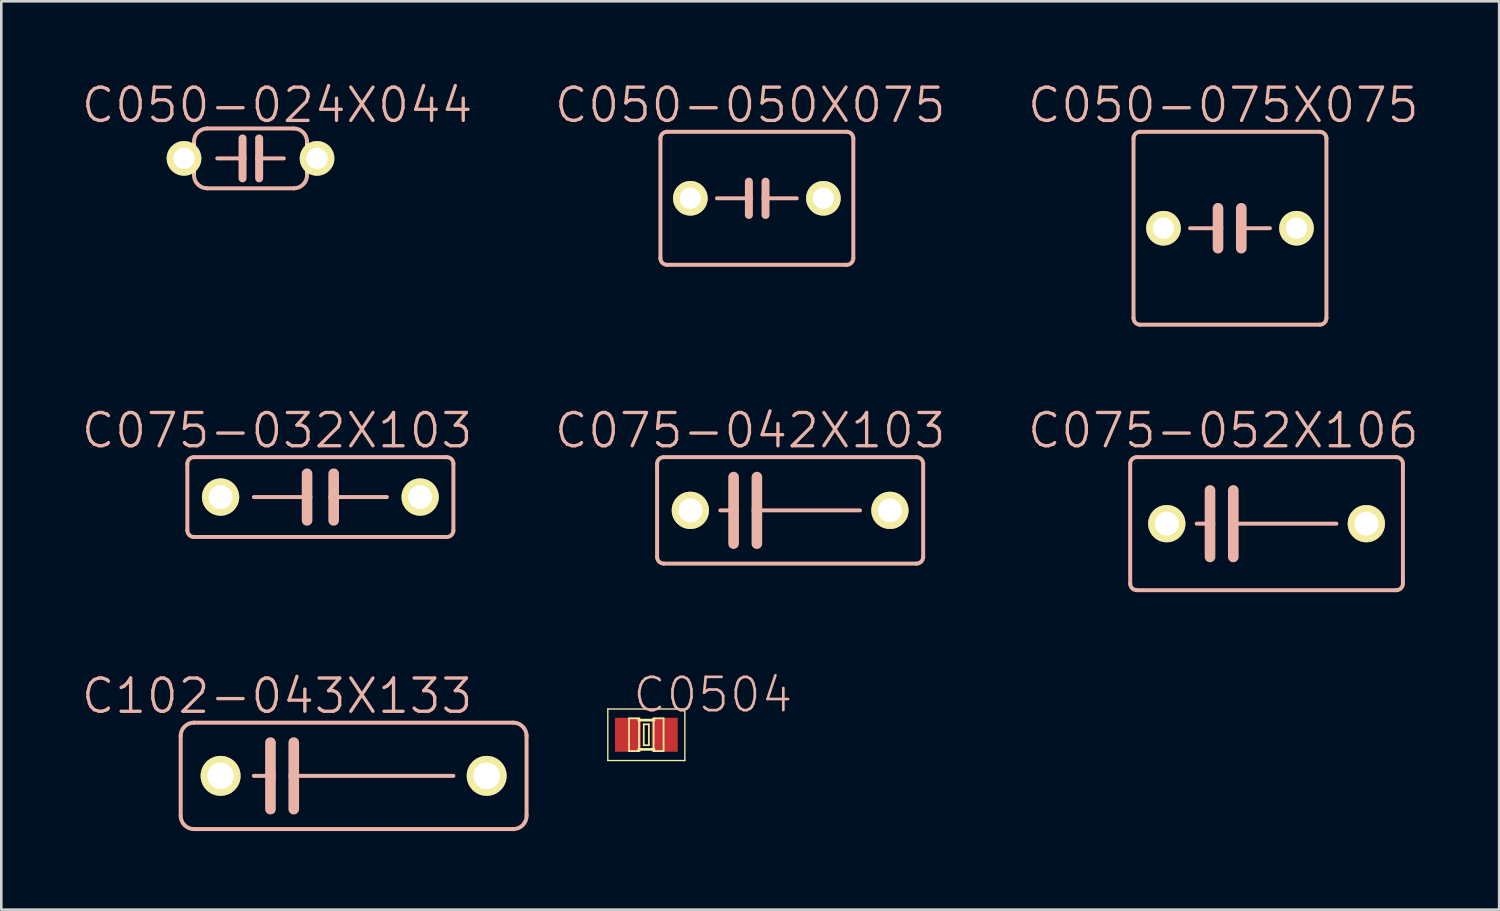
<source format=kicad_pcb>
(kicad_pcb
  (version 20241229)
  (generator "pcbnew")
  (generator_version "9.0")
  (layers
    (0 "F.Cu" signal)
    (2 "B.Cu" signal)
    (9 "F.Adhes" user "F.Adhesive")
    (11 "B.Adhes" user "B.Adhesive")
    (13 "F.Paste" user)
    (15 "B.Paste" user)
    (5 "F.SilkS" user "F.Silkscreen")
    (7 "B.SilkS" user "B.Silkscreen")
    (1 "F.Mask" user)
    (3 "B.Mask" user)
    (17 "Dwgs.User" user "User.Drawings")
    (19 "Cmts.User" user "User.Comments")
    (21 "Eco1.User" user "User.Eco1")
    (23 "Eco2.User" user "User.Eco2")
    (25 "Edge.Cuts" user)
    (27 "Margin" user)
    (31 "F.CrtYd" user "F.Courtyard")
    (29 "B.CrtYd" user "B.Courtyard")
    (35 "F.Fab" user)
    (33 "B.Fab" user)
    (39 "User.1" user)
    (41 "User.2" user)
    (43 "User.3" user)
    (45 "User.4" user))
  (footprint "C102-043X133"
    (layer "F.Cu")
    (at 10.453 26.576)
    (property "Reference" "C102-043X133" (at -2.921 -3.048 0) (layer "B.SilkS") (effects (font (size 1.27 1.27) (thickness 0.127))))
    (attr exclude_from_pos_files exclude_from_bom)
    (fp_line (start -6.604 1.524) (end -6.604 -1.524) (stroke (width 0.152) (type solid)) (layer "B.SilkS"))
    (fp_line (start -6.096 -2.032) (end 6.096 -2.032) (stroke (width 0.152) (type solid)) (layer "B.SilkS"))
    (fp_line (start -3.81 0) (end -3.175 0) (stroke (width 0.152) (type solid)) (layer "B.SilkS"))
    (fp_line (start -3.175 -1.27) (end -3.175 0) (stroke (width 0.406) (type solid)) (layer "B.SilkS"))
    (fp_line (start -3.175 0) (end -3.175 1.27) (stroke (width 0.406) (type solid)) (layer "B.SilkS"))
    (fp_line (start -2.286 -1.27) (end -2.286 0) (stroke (width 0.406) (type solid)) (layer "B.SilkS"))
    (fp_line (start -2.286 0) (end -2.286 1.27) (stroke (width 0.406) (type solid)) (layer "B.SilkS"))
    (fp_line (start 3.81 0) (end -2.286 0) (stroke (width 0.152) (type solid)) (layer "B.SilkS"))
    (fp_line (start 6.096 2.032) (end -6.096 2.032) (stroke (width 0.152) (type solid)) (layer "B.SilkS"))
    (fp_line (start 6.604 -1.524) (end 6.604 1.524) (stroke (width 0.152) (type solid)) (layer "B.SilkS"))
    (fp_arc (start -6.604 -1.524) (mid -6.45521 -1.88321) (end -6.096 -2.032) (stroke (width 0.1524) (type solid)) (layer "B.SilkS"))
    (fp_arc (start -6.096 2.032) (mid -6.45521 1.88321) (end -6.604 1.524) (stroke (width 0.1524) (type solid)) (layer "B.SilkS"))
    (fp_arc (start 6.096 -2.032) (mid 6.45521 -1.88321) (end 6.604 -1.524) (stroke (width 0.1524) (type solid)) (layer "B.SilkS"))
    (fp_arc (start 6.604 1.524) (mid 6.45521 1.88321) (end 6.096 2.032) (stroke (width 0.1524) (type solid)) (layer "B.SilkS"))
    (pad "1" thru_hole circle (at -5.08 0) (size 1.524 1.524) (drill 1.016) (layers "*.Cu" "F.Mask" "F.SilkS" "F.Paste"))
    (pad "2" thru_hole circle (at 5.08 0) (size 1.524 1.524) (drill 1.016) (layers "*.Cu" "F.Mask" "F.SilkS" "F.Paste")))
  (footprint "C050-050X075"
    (layer "F.Cu")
    (at 25.851 4.522)
    (property "Reference" "C050-050X075" (at -0.254 -3.556 0) (layer "B.SilkS") (effects (font (size 1.27 1.27) (thickness 0.127))))
    (attr exclude_from_pos_files exclude_from_bom)
    (fp_line (start -3.683 -2.286) (end -3.683 2.286) (stroke (width 0.152) (type solid)) (layer "B.SilkS"))
    (fp_line (start -3.429 2.54) (end 3.429 2.54) (stroke (width 0.152) (type solid)) (layer "B.SilkS"))
    (fp_line (start -0.305 -0.635) (end -0.305 0) (stroke (width 0.305) (type solid)) (layer "B.SilkS"))
    (fp_line (start -0.305 0) (end -1.524 0) (stroke (width 0.152) (type solid)) (layer "B.SilkS"))
    (fp_line (start -0.305 0) (end -0.305 0.635) (stroke (width 0.305) (type solid)) (layer "B.SilkS"))
    (fp_line (start 0.33 -0.635) (end 0.33 0) (stroke (width 0.305) (type solid)) (layer "B.SilkS"))
    (fp_line (start 0.33 0) (end 0.33 0.635) (stroke (width 0.305) (type solid)) (layer "B.SilkS"))
    (fp_line (start 0.33 0) (end 1.524 0) (stroke (width 0.152) (type solid)) (layer "B.SilkS"))
    (fp_line (start 3.429 -2.54) (end -3.429 -2.54) (stroke (width 0.152) (type solid)) (layer "B.SilkS"))
    (fp_line (start 3.683 2.286) (end 3.683 -2.286) (stroke (width 0.152) (type solid)) (layer "B.SilkS"))
    (fp_arc (start -3.683 -2.286) (mid -3.608605 -2.465605) (end -3.429 -2.54) (stroke (width 0.1524) (type solid)) (layer "B.SilkS"))
    (fp_arc (start -3.429 2.54) (mid -3.608605 2.465605) (end -3.683 2.286) (stroke (width 0.1524) (type solid)) (layer "B.SilkS"))
    (fp_arc (start 3.429 -2.54) (mid 3.608605 -2.465605) (end 3.683 -2.286) (stroke (width 0.1524) (type solid)) (layer "B.SilkS"))
    (fp_arc (start 3.683 2.286) (mid 3.608605 2.465605) (end 3.429 2.54) (stroke (width 0.1524) (type solid)) (layer "B.SilkS"))
    (pad "1" thru_hole circle (at -2.54 0) (size 1.321 1.321) (drill 0.813) (layers "*.Cu" "F.Mask" "F.SilkS" "F.Paste"))
    (pad "2" thru_hole circle (at 2.54 0) (size 1.321 1.321) (drill 0.813) (layers "*.Cu" "F.Mask" "F.SilkS" "F.Paste")))
  (footprint "C075-052X106"
    (layer "F.Cu")
    (at 45.313 16.946)
    (property "Reference" "C075-052X106" (at -1.651 -3.556 0) (layer "B.SilkS") (effects (font (size 1.27 1.27) (thickness 0.127))))
    (attr exclude_from_pos_files exclude_from_bom)
    (fp_line (start -5.207 -2.286) (end -5.207 2.286) (stroke (width 0.152) (type solid)) (layer "B.SilkS"))
    (fp_line (start -4.953 2.54) (end 4.953 2.54) (stroke (width 0.152) (type solid)) (layer "B.SilkS"))
    (fp_line (start -2.667 0) (end -2.159 0) (stroke (width 0.152) (type solid)) (layer "B.SilkS"))
    (fp_line (start -2.159 -1.27) (end -2.159 0) (stroke (width 0.406) (type solid)) (layer "B.SilkS"))
    (fp_line (start -2.159 0) (end -2.159 1.27) (stroke (width 0.406) (type solid)) (layer "B.SilkS"))
    (fp_line (start -1.27 -1.27) (end -1.27 0) (stroke (width 0.406) (type solid)) (layer "B.SilkS"))
    (fp_line (start -1.27 0) (end -1.27 1.27) (stroke (width 0.406) (type solid)) (layer "B.SilkS"))
    (fp_line (start -1.27 0) (end 2.667 0) (stroke (width 0.152) (type solid)) (layer "B.SilkS"))
    (fp_line (start 4.953 -2.54) (end -4.953 -2.54) (stroke (width 0.152) (type solid)) (layer "B.SilkS"))
    (fp_line (start 5.207 2.286) (end 5.207 -2.286) (stroke (width 0.152) (type solid)) (layer "B.SilkS"))
    (fp_arc (start -5.207 -2.286) (mid -5.132605 -2.465605) (end -4.953 -2.54) (stroke (width 0.1524) (type solid)) (layer "B.SilkS"))
    (fp_arc (start -4.953 2.54) (mid -5.132605 2.465605) (end -5.207 2.286) (stroke (width 0.1524) (type solid)) (layer "B.SilkS"))
    (fp_arc (start 4.953 -2.54) (mid 5.132605 -2.465605) (end 5.207 -2.286) (stroke (width 0.1524) (type solid)) (layer "B.SilkS"))
    (fp_arc (start 5.207 2.286) (mid 5.132605 2.465605) (end 4.953 2.54) (stroke (width 0.1524) (type solid)) (layer "B.SilkS"))
    (pad "1" thru_hole circle (at -3.81 0) (size 1.422 1.422) (drill 0.914) (layers "*.Cu" "F.Mask" "F.SilkS" "F.Paste"))
    (pad "2" thru_hole circle (at 3.81 0) (size 1.422 1.422) (drill 0.914) (layers "*.Cu" "F.Mask" "F.SilkS" "F.Paste")))
  (footprint "C075-032X103"
    (layer "F.Cu")
    (at 9.183 15.93)
    (property "Reference" "C075-032X103" (at -1.651 -2.54 0) (layer "B.SilkS") (effects (font (size 1.27 1.27) (thickness 0.127))))
    (attr exclude_from_pos_files exclude_from_bom)
    (fp_line (start -5.08 -1.27) (end -5.08 1.27) (stroke (width 0.152) (type solid)) (layer "B.SilkS"))
    (fp_line (start -4.826 1.524) (end 4.826 1.524) (stroke (width 0.152) (type solid)) (layer "B.SilkS"))
    (fp_line (start -2.54 0) (end -0.508 0) (stroke (width 0.152) (type solid)) (layer "B.SilkS"))
    (fp_line (start -0.508 -0.889) (end -0.508 0) (stroke (width 0.406) (type solid)) (layer "B.SilkS"))
    (fp_line (start -0.508 0) (end -0.508 0.889) (stroke (width 0.406) (type solid)) (layer "B.SilkS"))
    (fp_line (start 0.508 -0.889) (end 0.508 0) (stroke (width 0.406) (type solid)) (layer "B.SilkS"))
    (fp_line (start 0.508 0) (end 0.508 0.889) (stroke (width 0.406) (type solid)) (layer "B.SilkS"))
    (fp_line (start 0.508 0) (end 2.54 0) (stroke (width 0.152) (type solid)) (layer "B.SilkS"))
    (fp_line (start 4.826 -1.524) (end -4.826 -1.524) (stroke (width 0.152) (type solid)) (layer "B.SilkS"))
    (fp_line (start 5.08 1.27) (end 5.08 -1.27) (stroke (width 0.152) (type solid)) (layer "B.SilkS"))
    (fp_arc (start -5.08 -1.27) (mid -5.005605 -1.449605) (end -4.826 -1.524) (stroke (width 0.1524) (type solid)) (layer "B.SilkS"))
    (fp_arc (start -4.826 1.524) (mid -5.005605 1.449605) (end -5.08 1.27) (stroke (width 0.1524) (type solid)) (layer "B.SilkS"))
    (fp_arc (start 4.826 -1.524) (mid 5.005605 -1.449605) (end 5.08 -1.27) (stroke (width 0.1524) (type solid)) (layer "B.SilkS"))
    (fp_arc (start 5.08 1.27) (mid 5.005605 1.449605) (end 4.826 1.524) (stroke (width 0.1524) (type solid)) (layer "B.SilkS"))
    (pad "1" thru_hole circle (at -3.81 0) (size 1.422 1.422) (drill 0.914) (layers "*.Cu" "F.Mask" "F.SilkS" "F.Paste"))
    (pad "2" thru_hole circle (at 3.81 0) (size 1.422 1.422) (drill 0.914) (layers "*.Cu" "F.Mask" "F.SilkS" "F.Paste")))
  (footprint "C075-042X103"
    (layer "F.Cu")
    (at 27.121 16.438)
    (property "Reference" "C075-042X103" (at -1.524 -3.048 0) (layer "B.SilkS") (effects (font (size 1.27 1.27) (thickness 0.127))))
    (attr exclude_from_pos_files exclude_from_bom)
    (fp_line (start -5.08 -1.778) (end -5.08 1.778) (stroke (width 0.152) (type solid)) (layer "B.SilkS"))
    (fp_line (start -4.826 2.032) (end 4.826 2.032) (stroke (width 0.152) (type solid)) (layer "B.SilkS"))
    (fp_line (start -2.667 0) (end -2.159 0) (stroke (width 0.152) (type solid)) (layer "B.SilkS"))
    (fp_line (start -2.159 -1.27) (end -2.159 0) (stroke (width 0.406) (type solid)) (layer "B.SilkS"))
    (fp_line (start -2.159 0) (end -2.159 1.27) (stroke (width 0.406) (type solid)) (layer "B.SilkS"))
    (fp_line (start -1.27 -1.27) (end -1.27 0) (stroke (width 0.406) (type solid)) (layer "B.SilkS"))
    (fp_line (start -1.27 0) (end -1.27 1.27) (stroke (width 0.406) (type solid)) (layer "B.SilkS"))
    (fp_line (start -1.27 0) (end 2.667 0) (stroke (width 0.152) (type solid)) (layer "B.SilkS"))
    (fp_line (start 4.826 -2.032) (end -4.826 -2.032) (stroke (width 0.152) (type solid)) (layer "B.SilkS"))
    (fp_line (start 5.08 1.778) (end 5.08 -1.778) (stroke (width 0.152) (type solid)) (layer "B.SilkS"))
    (fp_arc (start -5.08 -1.778) (mid -5.005605 -1.957605) (end -4.826 -2.032) (stroke (width 0.1524) (type solid)) (layer "B.SilkS"))
    (fp_arc (start -4.826 2.032) (mid -5.005605 1.957605) (end -5.08 1.778) (stroke (width 0.1524) (type solid)) (layer "B.SilkS"))
    (fp_arc (start 4.826 -2.032) (mid 5.005605 -1.957605) (end 5.08 -1.778) (stroke (width 0.1524) (type solid)) (layer "B.SilkS"))
    (fp_arc (start 5.08 1.778) (mid 5.005605 1.957605) (end 4.826 2.032) (stroke (width 0.1524) (type solid)) (layer "B.SilkS"))
    (pad "1" thru_hole circle (at -3.81 0) (size 1.422 1.422) (drill 0.914) (layers "*.Cu" "F.Mask" "F.SilkS" "F.Paste"))
    (pad "2" thru_hole circle (at 3.81 0) (size 1.422 1.422) (drill 0.914) (layers "*.Cu" "F.Mask" "F.SilkS" "F.Paste")))
  (footprint "C050-024X044"
    (layer "F.Cu")
    (at 6.516 2.998)
    (property "Reference" "C050-024X044" (at 1.016 -2.032 0) (layer "B.SilkS") (effects (font (size 1.27 1.27) (thickness 0.127))))
    (attr exclude_from_pos_files exclude_from_bom)
    (fp_line (start -2.54 -0.381) (end -2.159 -0.381) (stroke (width 0.066) (type solid)) (layer "F.SilkS"))
    (fp_line (start -2.54 0.381) (end -2.54 -0.381) (stroke (width 0.066) (type solid)) (layer "F.SilkS"))
    (fp_line (start -2.54 0.381) (end -2.159 0.381) (stroke (width 0.066) (type solid)) (layer "F.SilkS"))
    (fp_line (start -2.159 0.381) (end -2.159 -0.381) (stroke (width 0.066) (type solid)) (layer "F.SilkS"))
    (fp_line (start -2.159 0.635) (end -2.159 -0.635) (stroke (width 0.152) (type solid)) (layer "F.SilkS"))
    (fp_line (start 2.159 -0.381) (end 2.54 -0.381) (stroke (width 0.066) (type solid)) (layer "F.SilkS"))
    (fp_line (start 2.159 0.381) (end 2.159 -0.381) (stroke (width 0.066) (type solid)) (layer "F.SilkS"))
    (fp_line (start 2.159 0.381) (end 2.54 0.381) (stroke (width 0.066) (type solid)) (layer "F.SilkS"))
    (fp_line (start 2.159 0.635) (end 2.159 -0.635) (stroke (width 0.152) (type solid)) (layer "F.SilkS"))
    (fp_line (start 2.54 0.381) (end 2.54 -0.381) (stroke (width 0.066) (type solid)) (layer "F.SilkS"))
    (fp_line (start -1.27 0) (end -0.305 0) (stroke (width 0.152) (type solid)) (layer "B.SilkS"))
    (fp_line (start -0.305 -0.762) (end -0.305 0) (stroke (width 0.305) (type solid)) (layer "B.SilkS"))
    (fp_line (start -0.305 0) (end -0.305 0.762) (stroke (width 0.305) (type solid)) (layer "B.SilkS"))
    (fp_line (start 0.33 -0.762) (end 0.33 0) (stroke (width 0.305) (type solid)) (layer "B.SilkS"))
    (fp_line (start 0.33 0) (end 0.33 0.762) (stroke (width 0.305) (type solid)) (layer "B.SilkS"))
    (fp_line (start 1.27 0) (end 0.33 0) (stroke (width 0.152) (type solid)) (layer "B.SilkS"))
    (fp_line (start 1.651 -1.143) (end -1.651 -1.143) (stroke (width 0.152) (type solid)) (layer "B.SilkS"))
    (fp_line (start 1.651 1.143) (end -1.651 1.143) (stroke (width 0.152) (type solid)) (layer "B.SilkS"))
    (fp_arc (start -2.159 -0.635) (mid -2.01021 -0.99421) (end -1.651 -1.143) (stroke (width 0.1524) (type solid)) (layer "B.SilkS"))
    (fp_arc (start -1.651 1.143) (mid -2.01021 0.99421) (end -2.159 0.635) (stroke (width 0.1524) (type solid)) (layer "B.SilkS"))
    (fp_arc (start 1.651 -1.143) (mid 2.01021 -0.99421) (end 2.159 -0.635) (stroke (width 0.1524) (type solid)) (layer "B.SilkS"))
    (fp_arc (start 2.159 0.635) (mid 2.01021 0.99421) (end 1.651 1.143) (stroke (width 0.1524) (type solid)) (layer "B.SilkS"))
    (pad "1" thru_hole circle (at -2.54 0) (size 1.321 1.321) (drill 0.813) (layers "*.Cu" "F.Mask" "F.SilkS" "F.Paste"))
    (pad "2" thru_hole circle (at 2.54 0) (size 1.321 1.321) (drill 0.813) (layers "*.Cu" "F.Mask" "F.SilkS" "F.Paste")))
  (footprint "C050-075X075"
    (layer "F.Cu")
    (at 43.916 5.665)
    (property "Reference" "C050-075X075" (at -0.254 -4.699 0) (layer "B.SilkS") (effects (font (size 1.27 1.27) (thickness 0.127))))
    (attr exclude_from_pos_files exclude_from_bom)
    (fp_line (start -3.683 -3.429) (end -3.683 3.429) (stroke (width 0.152) (type solid)) (layer "B.SilkS"))
    (fp_line (start -3.429 3.683) (end 3.429 3.683) (stroke (width 0.152) (type solid)) (layer "B.SilkS"))
    (fp_line (start -1.524 0) (end -0.457 0) (stroke (width 0.152) (type solid)) (layer "B.SilkS"))
    (fp_line (start -0.457 0) (end -0.457 -0.762) (stroke (width 0.406) (type solid)) (layer "B.SilkS"))
    (fp_line (start -0.457 0) (end -0.457 0.762) (stroke (width 0.406) (type solid)) (layer "B.SilkS"))
    (fp_line (start 0.432 -0.762) (end 0.432 0) (stroke (width 0.406) (type solid)) (layer "B.SilkS"))
    (fp_line (start 0.432 0) (end 0.432 0.762) (stroke (width 0.406) (type solid)) (layer "B.SilkS"))
    (fp_line (start 0.432 0) (end 1.524 0) (stroke (width 0.152) (type solid)) (layer "B.SilkS"))
    (fp_line (start 3.429 -3.683) (end -3.429 -3.683) (stroke (width 0.152) (type solid)) (layer "B.SilkS"))
    (fp_line (start 3.683 3.429) (end 3.683 -3.429) (stroke (width 0.152) (type solid)) (layer "B.SilkS"))
    (fp_arc (start -3.683 -3.429) (mid -3.608605 -3.608605) (end -3.429 -3.683) (stroke (width 0.1524) (type solid)) (layer "B.SilkS"))
    (fp_arc (start -3.429 3.683) (mid -3.608605 3.608605) (end -3.683 3.429) (stroke (width 0.1524) (type solid)) (layer "B.SilkS"))
    (fp_arc (start 3.429 -3.683) (mid 3.608605 -3.608605) (end 3.683 -3.429) (stroke (width 0.1524) (type solid)) (layer "B.SilkS"))
    (fp_arc (start 3.683 3.429) (mid 3.608605 3.608605) (end 3.429 3.683) (stroke (width 0.1524) (type solid)) (layer "B.SilkS"))
    (pad "1" thru_hole circle (at -2.54 0) (size 1.321 1.321) (drill 0.813) (layers "*.Cu" "F.Mask" "F.SilkS" "F.Paste"))
    (pad "2" thru_hole circle (at 2.54 0) (size 1.321 1.321) (drill 0.813) (layers "*.Cu" "F.Mask" "F.SilkS" "F.Paste")))
  (footprint "C0504"
    (layer "F.Cu")
    (at 21.63 25.007)
    (property "Reference" "C0504" (at 2.54 -1.524 0) (layer "B.SilkS") (effects (font (size 1.27 1.27) (thickness 0.102))))
    (attr smd)
    (fp_line (start -1.471 -0.983) (end 1.471 -0.983) (stroke (width 0.051) (type solid)) (layer "F.SilkS"))
    (fp_line (start -1.471 0.983) (end -1.471 -0.983) (stroke (width 0.051) (type solid)) (layer "F.SilkS"))
    (fp_line (start -0.66 -0.627) (end -0.279 -0.627) (stroke (width 0.066) (type solid)) (layer "F.SilkS"))
    (fp_line (start -0.66 0.622) (end -0.66 -0.627) (stroke (width 0.066) (type solid)) (layer "F.SilkS"))
    (fp_line (start -0.66 0.622) (end -0.279 0.622) (stroke (width 0.066) (type solid)) (layer "F.SilkS"))
    (fp_line (start -0.292 -0.559) (end 0.292 -0.559) (stroke (width 0.102) (type solid)) (layer "F.SilkS"))
    (fp_line (start -0.292 0.559) (end 0.292 0.559) (stroke (width 0.102) (type solid)) (layer "F.SilkS"))
    (fp_line (start -0.279 0.622) (end -0.279 -0.627) (stroke (width 0.066) (type solid)) (layer "F.SilkS"))
    (fp_line (start -0.099 -0.399) (end 0.099 -0.399) (stroke (width 0.066) (type solid)) (layer "F.SilkS"))
    (fp_line (start -0.099 0.399) (end -0.099 -0.399) (stroke (width 0.066) (type solid)) (layer "F.SilkS"))
    (fp_line (start -0.099 0.399) (end 0.099 0.399) (stroke (width 0.066) (type solid)) (layer "F.SilkS"))
    (fp_line (start 0.099 0.399) (end 0.099 -0.399) (stroke (width 0.066) (type solid)) (layer "F.SilkS"))
    (fp_line (start 0.279 -0.627) (end 0.658 -0.627) (stroke (width 0.066) (type solid)) (layer "F.SilkS"))
    (fp_line (start 0.279 0.622) (end 0.279 -0.627) (stroke (width 0.066) (type solid)) (layer "F.SilkS"))
    (fp_line (start 0.279 0.622) (end 0.658 0.622) (stroke (width 0.066) (type solid)) (layer "F.SilkS"))
    (fp_line (start 0.658 0.622) (end 0.658 -0.627) (stroke (width 0.066) (type solid)) (layer "F.SilkS"))
    (fp_line (start 1.471 -0.983) (end 1.471 0.983) (stroke (width 0.051) (type solid)) (layer "F.SilkS"))
    (fp_line (start 1.471 0.983) (end -1.471 0.983) (stroke (width 0.051) (type solid)) (layer "F.SilkS"))
    (pad "1" smd rect (at -0.699 0) (size 0.998 1.298) (layers "F.Cu" "F.Mask" "F.Paste"))
    (pad "2" smd rect (at 0.699 0) (size 0.998 1.298) (layers "F.Cu" "F.Mask" "F.Paste")))
  (gr_rect
    (start -3 -3)
    (end 54.194 31.684)
    (stroke (width 0.1) (type default))
    (fill no)
    (layer "Edge.Cuts")))
</source>
